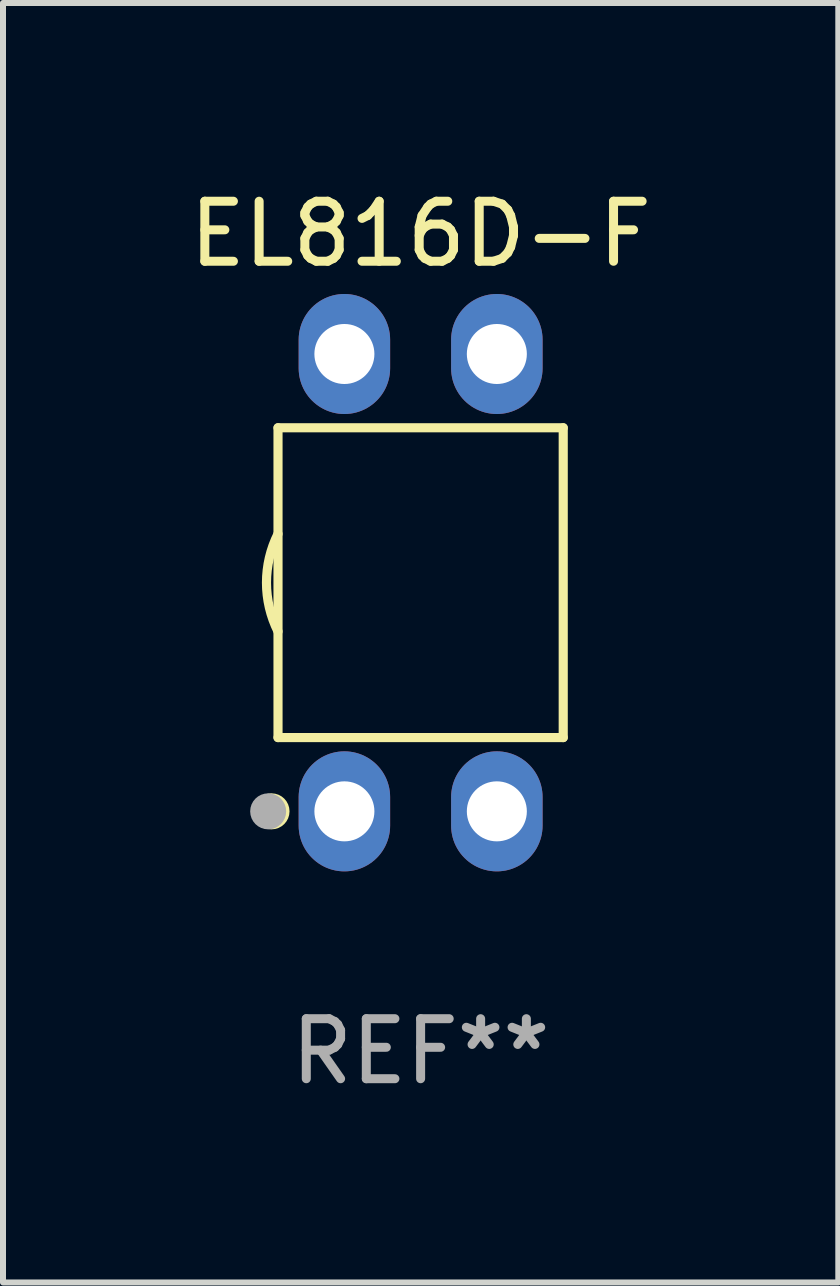
<source format=kicad_pcb>
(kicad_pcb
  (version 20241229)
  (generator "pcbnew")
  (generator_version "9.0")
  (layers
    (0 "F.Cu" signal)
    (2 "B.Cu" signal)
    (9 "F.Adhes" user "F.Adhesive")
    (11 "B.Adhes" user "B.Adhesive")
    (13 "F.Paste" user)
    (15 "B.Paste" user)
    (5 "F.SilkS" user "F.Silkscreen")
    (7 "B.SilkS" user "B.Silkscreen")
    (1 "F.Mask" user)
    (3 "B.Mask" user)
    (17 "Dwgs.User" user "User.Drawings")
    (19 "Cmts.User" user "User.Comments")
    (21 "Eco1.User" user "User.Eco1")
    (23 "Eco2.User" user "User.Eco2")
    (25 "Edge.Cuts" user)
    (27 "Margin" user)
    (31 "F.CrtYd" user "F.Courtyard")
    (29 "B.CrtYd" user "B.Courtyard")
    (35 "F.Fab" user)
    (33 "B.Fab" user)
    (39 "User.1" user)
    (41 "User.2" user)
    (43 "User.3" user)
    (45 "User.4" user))
  (footprint "EL816D-F"
    (layer "F.Cu")
    (at 3.958 6.658)
    (property "Reference" "EL816D-F" (at 0 -5.81 0) (layer "F.SilkS") (effects (font (size 1 1) (thickness 0.15))))
    (attr through_hole)
    (fp_line (start -2.376 -2.581) (end 2.376 -2.581) (stroke (width 0.152) (type solid)) (layer "F.SilkS"))
    (fp_line (start -2.376 2.581) (end -2.376 -2.581) (stroke (width 0.152) (type solid)) (layer "F.SilkS"))
    (fp_line (start 2.376 -2.581) (end 2.376 2.581) (stroke (width 0.152) (type solid)) (layer "F.SilkS"))
    (fp_line (start 2.376 2.581) (end -2.376 2.581) (stroke (width 0.152) (type solid)) (layer "F.SilkS"))
    (fp_arc (start -2.3762 0.812496) (mid -2.568004 0) (end -2.3762 -0.812497) (stroke (width 0.1524) (type solid)) (layer "F.SilkS"))
    (fp_circle (center -2.484 3.81) (end -2.334 3.81) (stroke (width 0.3) (type solid)) (fill no) (layer "F.SilkS"))
    (fp_circle (center -2.3 3.935) (end -2.27 3.935) (stroke (width 0.06) (type solid)) (fill no) (layer "F.SilkS"))
    (fp_circle (center -2.54 3.81) (end -2.39 3.81) (stroke (width 0.3) (type solid)) (fill no) (layer "F.Fab"))
    (fp_text user "REF**" (at 0 7.81 0) (layer "F.Fab") (effects (font (size 1 1) (thickness 0.15))))
    (pad "1" thru_hole oval (at -1.27 3.81) (size 1.524 2) (drill 1) (layers "*.Cu" "*.Mask"))
    (pad "2" thru_hole oval (at 1.27 3.81) (size 1.524 2) (drill 1) (layers "*.Cu" "*.Mask"))
    (pad "3" thru_hole oval (at 1.27 -3.81) (size 1.524 2) (drill 1) (layers "*.Cu" "*.Mask"))
    (pad "4" thru_hole oval (at -1.27 -3.81) (size 1.524 2) (drill 1) (layers "*.Cu" "*.Mask")))
  (gr_rect
    (start -3 -3)
    (end 10.917 18.317)
    (stroke (width 0.1) (type default))
    (fill no)
    (layer "Edge.Cuts")))
</source>
